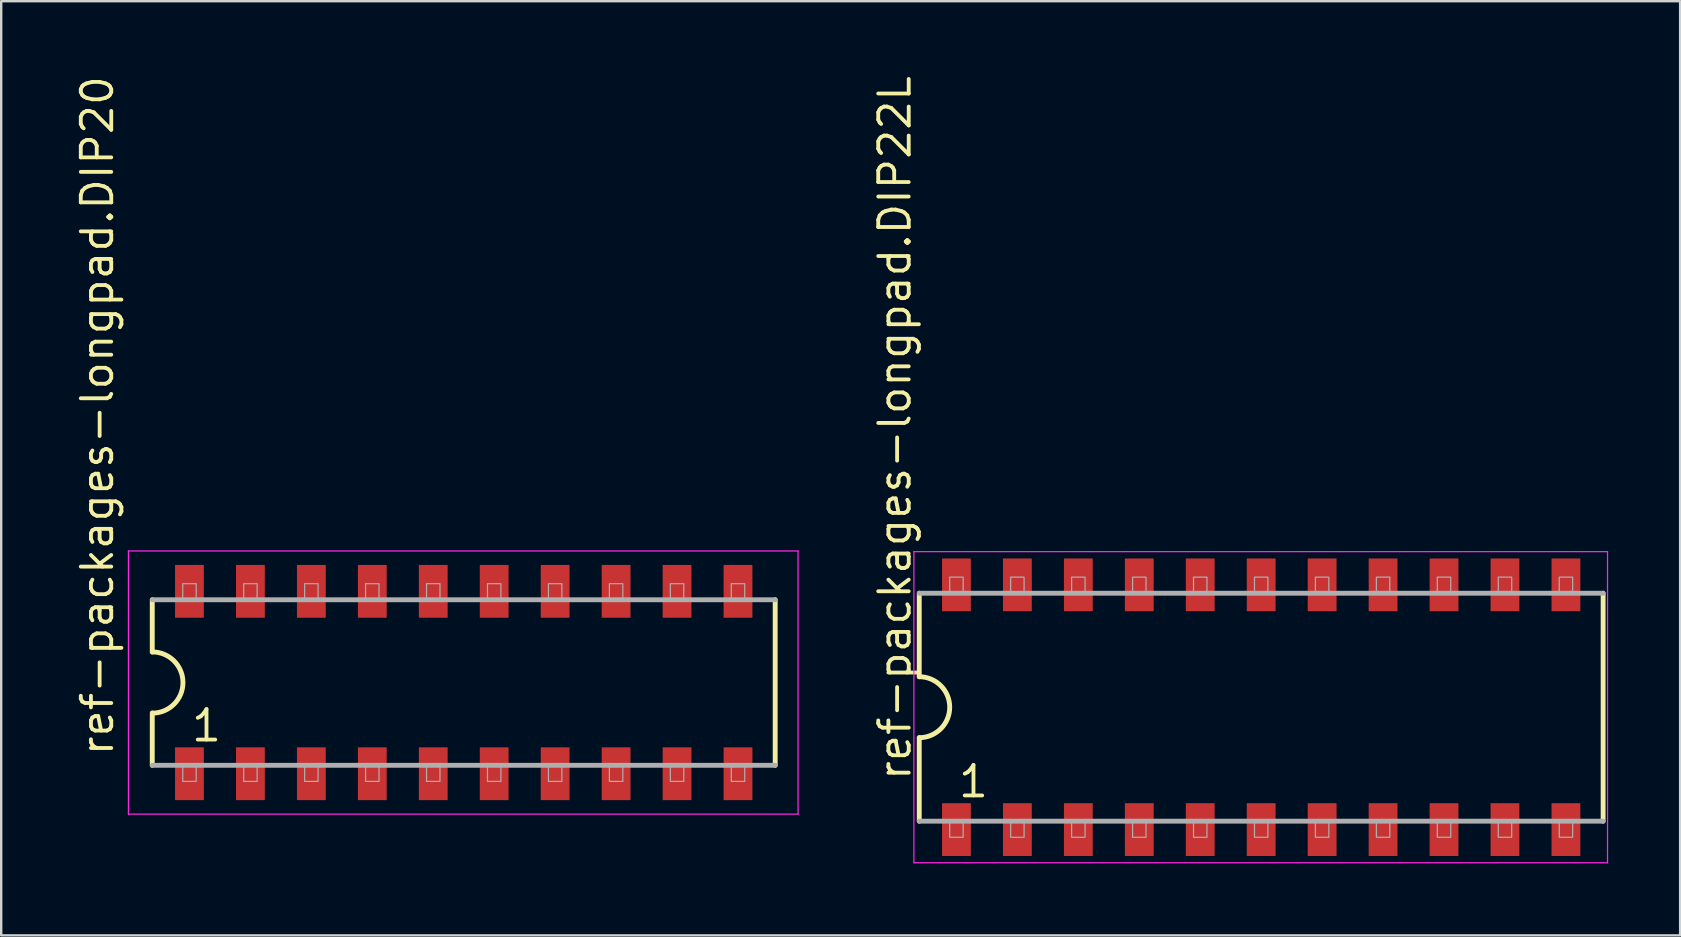
<source format=kicad_pcb>
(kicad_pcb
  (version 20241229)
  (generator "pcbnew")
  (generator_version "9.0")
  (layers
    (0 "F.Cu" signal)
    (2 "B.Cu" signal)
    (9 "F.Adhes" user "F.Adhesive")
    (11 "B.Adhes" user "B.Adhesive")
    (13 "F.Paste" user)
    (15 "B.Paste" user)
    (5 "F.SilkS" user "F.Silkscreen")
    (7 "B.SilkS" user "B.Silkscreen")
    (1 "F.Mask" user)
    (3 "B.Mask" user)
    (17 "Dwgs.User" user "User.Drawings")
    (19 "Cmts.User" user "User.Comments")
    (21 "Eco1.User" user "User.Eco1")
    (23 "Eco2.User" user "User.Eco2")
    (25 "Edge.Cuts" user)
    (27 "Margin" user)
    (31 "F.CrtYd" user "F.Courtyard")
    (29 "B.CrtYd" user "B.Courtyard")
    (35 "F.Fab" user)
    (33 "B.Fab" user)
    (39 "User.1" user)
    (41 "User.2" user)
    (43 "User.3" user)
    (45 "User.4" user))
  (footprint "ref-packages-longpad.DIP22L"
    (layer "F.Cu")
    (at 49.508 26.422)
    (property "Reference" "ref-packages-longpad.DIP22L" (at -14.525 3.135 90) (layer "F.SilkS") (effects (font (size 1.27 1.27) (thickness 0.16)) (justify left bottom)))
    (attr smd)
    (fp_line (start -14.25 -4.75) (end -14.25 -1.27) (stroke (width 0.203) (type default)) (layer "F.SilkS"))
    (fp_line (start -14.25 1.27) (end -14.25 4.75) (stroke (width 0.203) (type default)) (layer "F.SilkS"))
    (fp_line (start 14.25 4.75) (end 14.25 -4.75) (stroke (width 0.203) (type default)) (layer "F.SilkS"))
    (fp_arc (start -14.25 -1.27) (mid -12.98 0) (end -14.25 1.27) (stroke (width 0.2032) (type default)) (layer "F.SilkS"))
    (fp_line (start -14.473 -6.483) (end 14.433 -6.483) (stroke (width 0.051) (type default)) (layer "F.CrtYd"))
    (fp_line (start -14.473 6.483) (end -14.473 -6.483) (stroke (width 0.051) (type default)) (layer "F.CrtYd"))
    (fp_line (start 14.433 -6.483) (end 14.433 6.483) (stroke (width 0.051) (type default)) (layer "F.CrtYd"))
    (fp_line (start 14.433 6.483) (end -14.473 6.483) (stroke (width 0.051) (type default)) (layer "F.CrtYd"))
    (fp_line (start -14.25 4.75) (end 14.25 4.75) (stroke (width 0.203) (type default)) (layer "F.Fab"))
    (fp_line (start 14.25 -4.75) (end -14.25 -4.75) (stroke (width 0.203) (type default)) (layer "F.Fab"))
    (fp_rect (start -12.98 -4.75) (end -12.42 -5.42) (stroke (width 0.05) (type default)) (fill no) (layer "F.Fab"))
    (fp_rect (start -12.98 5.42) (end -12.42 4.75) (stroke (width 0.05) (type default)) (fill no) (layer "F.Fab"))
    (fp_rect (start -10.44 -4.75) (end -9.88 -5.42) (stroke (width 0.05) (type default)) (fill no) (layer "F.Fab"))
    (fp_rect (start -10.44 5.42) (end -9.88 4.75) (stroke (width 0.05) (type default)) (fill no) (layer "F.Fab"))
    (fp_rect (start -7.9 -4.75) (end -7.34 -5.42) (stroke (width 0.05) (type default)) (fill no) (layer "F.Fab"))
    (fp_rect (start -7.9 5.42) (end -7.34 4.75) (stroke (width 0.05) (type default)) (fill no) (layer "F.Fab"))
    (fp_rect (start -5.36 -4.75) (end -4.8 -5.42) (stroke (width 0.05) (type default)) (fill no) (layer "F.Fab"))
    (fp_rect (start -5.36 5.42) (end -4.8 4.75) (stroke (width 0.05) (type default)) (fill no) (layer "F.Fab"))
    (fp_rect (start -2.82 -4.75) (end -2.26 -5.42) (stroke (width 0.05) (type default)) (fill no) (layer "F.Fab"))
    (fp_rect (start -2.82 5.42) (end -2.26 4.75) (stroke (width 0.05) (type default)) (fill no) (layer "F.Fab"))
    (fp_rect (start -0.28 -4.75) (end 0.28 -5.42) (stroke (width 0.05) (type default)) (fill no) (layer "F.Fab"))
    (fp_rect (start -0.28 5.42) (end 0.28 4.75) (stroke (width 0.05) (type default)) (fill no) (layer "F.Fab"))
    (fp_rect (start 2.26 -4.75) (end 2.82 -5.42) (stroke (width 0.05) (type default)) (fill no) (layer "F.Fab"))
    (fp_rect (start 2.26 5.42) (end 2.82 4.75) (stroke (width 0.05) (type default)) (fill no) (layer "F.Fab"))
    (fp_rect (start 4.8 -4.75) (end 5.36 -5.42) (stroke (width 0.05) (type default)) (fill no) (layer "F.Fab"))
    (fp_rect (start 4.8 5.42) (end 5.36 4.75) (stroke (width 0.05) (type default)) (fill no) (layer "F.Fab"))
    (fp_rect (start 7.34 -4.75) (end 7.9 -5.42) (stroke (width 0.05) (type default)) (fill no) (layer "F.Fab"))
    (fp_rect (start 7.34 5.42) (end 7.9 4.75) (stroke (width 0.05) (type default)) (fill no) (layer "F.Fab"))
    (fp_rect (start 9.88 -4.75) (end 10.44 -5.42) (stroke (width 0.05) (type default)) (fill no) (layer "F.Fab"))
    (fp_rect (start 9.88 5.42) (end 10.44 4.75) (stroke (width 0.05) (type default)) (fill no) (layer "F.Fab"))
    (fp_rect (start 12.42 -4.75) (end 12.98 -5.42) (stroke (width 0.05) (type default)) (fill no) (layer "F.Fab"))
    (fp_rect (start 12.42 5.42) (end 12.98 4.75) (stroke (width 0.05) (type default)) (fill no) (layer "F.Fab"))
    (fp_text user "1" (at -12.7 3.84 0) (layer "F.SilkS") (effects (font (size 1.27 1.27) (thickness 0.16)) (justify left bottom)))
    (pad "1" smd roundrect (at -12.7 5.1) (size 1.2 2.2) (layers "F.Cu" "F.Mask" "F.Paste") (roundrect_rratio 0.01))
    (pad "2" smd roundrect (at -10.16 5.1) (size 1.2 2.2) (layers "F.Cu" "F.Mask" "F.Paste") (roundrect_rratio 0.01))
    (pad "3" smd roundrect (at -7.62 5.1) (size 1.2 2.2) (layers "F.Cu" "F.Mask" "F.Paste") (roundrect_rratio 0.01))
    (pad "4" smd roundrect (at -5.08 5.1) (size 1.2 2.2) (layers "F.Cu" "F.Mask" "F.Paste") (roundrect_rratio 0.01))
    (pad "5" smd roundrect (at -2.54 5.1) (size 1.2 2.2) (layers "F.Cu" "F.Mask" "F.Paste") (roundrect_rratio 0.01))
    (pad "6" smd roundrect (at 0 5.1) (size 1.2 2.2) (layers "F.Cu" "F.Mask" "F.Paste") (roundrect_rratio 0.01))
    (pad "7" smd roundrect (at 2.54 5.1) (size 1.2 2.2) (layers "F.Cu" "F.Mask" "F.Paste") (roundrect_rratio 0.01))
    (pad "8" smd roundrect (at 5.08 5.1) (size 1.2 2.2) (layers "F.Cu" "F.Mask" "F.Paste") (roundrect_rratio 0.01))
    (pad "9" smd roundrect (at 7.62 5.1) (size 1.2 2.2) (layers "F.Cu" "F.Mask" "F.Paste") (roundrect_rratio 0.01))
    (pad "10" smd roundrect (at 10.16 5.1) (size 1.2 2.2) (layers "F.Cu" "F.Mask" "F.Paste") (roundrect_rratio 0.01))
    (pad "11" smd roundrect (at 12.7 5.1) (size 1.2 2.2) (layers "F.Cu" "F.Mask" "F.Paste") (roundrect_rratio 0.01))
    (pad "12" smd roundrect (at 12.7 -5.1) (size 1.2 2.2) (layers "F.Cu" "F.Mask" "F.Paste") (roundrect_rratio 0.01))
    (pad "13" smd roundrect (at 10.16 -5.1) (size 1.2 2.2) (layers "F.Cu" "F.Mask" "F.Paste") (roundrect_rratio 0.01))
    (pad "14" smd roundrect (at 7.62 -5.1) (size 1.2 2.2) (layers "F.Cu" "F.Mask" "F.Paste") (roundrect_rratio 0.01))
    (pad "15" smd roundrect (at 5.08 -5.1) (size 1.2 2.2) (layers "F.Cu" "F.Mask" "F.Paste") (roundrect_rratio 0.01))
    (pad "16" smd roundrect (at 2.54 -5.1) (size 1.2 2.2) (layers "F.Cu" "F.Mask" "F.Paste") (roundrect_rratio 0.01))
    (pad "17" smd roundrect (at 0 -5.1) (size 1.2 2.2) (layers "F.Cu" "F.Mask" "F.Paste") (roundrect_rratio 0.01))
    (pad "18" smd roundrect (at -2.54 -5.1) (size 1.2 2.2) (layers "F.Cu" "F.Mask" "F.Paste") (roundrect_rratio 0.01))
    (pad "19" smd roundrect (at -5.08 -5.1) (size 1.2 2.2) (layers "F.Cu" "F.Mask" "F.Paste") (roundrect_rratio 0.01))
    (pad "20" smd roundrect (at -7.62 -5.1) (size 1.2 2.2) (layers "F.Cu" "F.Mask" "F.Paste") (roundrect_rratio 0.01))
    (pad "21" smd roundrect (at -10.16 -5.1) (size 1.2 2.2) (layers "F.Cu" "F.Mask" "F.Paste") (roundrect_rratio 0.01))
    (pad "22" smd roundrect (at -12.7 -5.1) (size 1.2 2.2) (layers "F.Cu" "F.Mask" "F.Paste") (roundrect_rratio 0.01)))
  (footprint "ref-packages-longpad.DIP20"
    (layer "F.Cu")
    (at 16.275 25.394)
    (property "Reference" "ref-packages-longpad.DIP20" (at -14.525 3.135 90) (layer "F.SilkS") (effects (font (size 1.27 1.27) (thickness 0.16)) (justify left bottom)))
    (attr smd)
    (fp_line (start -12.98 -3.45) (end -12.98 -1.27) (stroke (width 0.203) (type default)) (layer "F.SilkS"))
    (fp_line (start -12.98 1.27) (end -12.98 3.45) (stroke (width 0.203) (type default)) (layer "F.SilkS"))
    (fp_line (start 12.98 3.45) (end 12.98 -3.45) (stroke (width 0.203) (type default)) (layer "F.SilkS"))
    (fp_arc (start -12.975 -1.275) (mid -11.7 0) (end -12.975 1.275) (stroke (width 0.2032) (type default)) (layer "F.SilkS"))
    (fp_line (start -13.973 -5.483) (end 13.933 -5.483) (stroke (width 0.051) (type default)) (layer "F.CrtYd"))
    (fp_line (start -13.973 5.483) (end -13.973 -5.483) (stroke (width 0.051) (type default)) (layer "F.CrtYd"))
    (fp_line (start 13.933 -5.483) (end 13.933 5.483) (stroke (width 0.051) (type default)) (layer "F.CrtYd"))
    (fp_line (start 13.933 5.483) (end -13.973 5.483) (stroke (width 0.051) (type default)) (layer "F.CrtYd"))
    (fp_line (start -12.98 3.45) (end 12.98 3.45) (stroke (width 0.203) (type default)) (layer "F.Fab"))
    (fp_line (start 12.98 -3.45) (end -12.98 -3.45) (stroke (width 0.203) (type default)) (layer "F.Fab"))
    (fp_rect (start -11.71 -3.45) (end -11.15 -4.12) (stroke (width 0.05) (type default)) (fill no) (layer "F.Fab"))
    (fp_rect (start -11.71 4.12) (end -11.15 3.45) (stroke (width 0.05) (type default)) (fill no) (layer "F.Fab"))
    (fp_rect (start -9.17 -3.45) (end -8.61 -4.12) (stroke (width 0.05) (type default)) (fill no) (layer "F.Fab"))
    (fp_rect (start -9.17 4.12) (end -8.61 3.45) (stroke (width 0.05) (type default)) (fill no) (layer "F.Fab"))
    (fp_rect (start -6.63 -3.45) (end -6.07 -4.12) (stroke (width 0.05) (type default)) (fill no) (layer "F.Fab"))
    (fp_rect (start -6.63 4.12) (end -6.07 3.45) (stroke (width 0.05) (type default)) (fill no) (layer "F.Fab"))
    (fp_rect (start -4.09 -3.45) (end -3.53 -4.12) (stroke (width 0.05) (type default)) (fill no) (layer "F.Fab"))
    (fp_rect (start -4.09 4.12) (end -3.53 3.45) (stroke (width 0.05) (type default)) (fill no) (layer "F.Fab"))
    (fp_rect (start -1.55 -3.45) (end -0.99 -4.12) (stroke (width 0.05) (type default)) (fill no) (layer "F.Fab"))
    (fp_rect (start -1.55 4.12) (end -0.99 3.45) (stroke (width 0.05) (type default)) (fill no) (layer "F.Fab"))
    (fp_rect (start 0.99 -3.45) (end 1.55 -4.12) (stroke (width 0.05) (type default)) (fill no) (layer "F.Fab"))
    (fp_rect (start 0.99 4.12) (end 1.55 3.45) (stroke (width 0.05) (type default)) (fill no) (layer "F.Fab"))
    (fp_rect (start 3.53 -3.45) (end 4.09 -4.12) (stroke (width 0.05) (type default)) (fill no) (layer "F.Fab"))
    (fp_rect (start 3.53 4.12) (end 4.09 3.45) (stroke (width 0.05) (type default)) (fill no) (layer "F.Fab"))
    (fp_rect (start 6.07 -3.45) (end 6.63 -4.12) (stroke (width 0.05) (type default)) (fill no) (layer "F.Fab"))
    (fp_rect (start 6.07 4.12) (end 6.63 3.45) (stroke (width 0.05) (type default)) (fill no) (layer "F.Fab"))
    (fp_rect (start 8.61 -3.45) (end 9.17 -4.12) (stroke (width 0.05) (type default)) (fill no) (layer "F.Fab"))
    (fp_rect (start 8.61 4.12) (end 9.17 3.45) (stroke (width 0.05) (type default)) (fill no) (layer "F.Fab"))
    (fp_rect (start 11.15 -3.45) (end 11.71 -4.12) (stroke (width 0.05) (type default)) (fill no) (layer "F.Fab"))
    (fp_rect (start 11.15 4.12) (end 11.71 3.45) (stroke (width 0.05) (type default)) (fill no) (layer "F.Fab"))
    (fp_text user "1" (at -11.43 2.54 0) (layer "F.SilkS") (effects (font (size 1.27 1.27) (thickness 0.16)) (justify left bottom)))
    (pad "1" smd roundrect (at -11.43 3.8) (size 1.2 2.2) (layers "F.Cu" "F.Mask" "F.Paste") (roundrect_rratio 0.01))
    (pad "2" smd roundrect (at -8.89 3.8) (size 1.2 2.2) (layers "F.Cu" "F.Mask" "F.Paste") (roundrect_rratio 0.01))
    (pad "3" smd roundrect (at -6.35 3.8) (size 1.2 2.2) (layers "F.Cu" "F.Mask" "F.Paste") (roundrect_rratio 0.01))
    (pad "4" smd roundrect (at -3.81 3.8) (size 1.2 2.2) (layers "F.Cu" "F.Mask" "F.Paste") (roundrect_rratio 0.01))
    (pad "5" smd roundrect (at -1.27 3.8) (size 1.2 2.2) (layers "F.Cu" "F.Mask" "F.Paste") (roundrect_rratio 0.01))
    (pad "6" smd roundrect (at 1.27 3.8) (size 1.2 2.2) (layers "F.Cu" "F.Mask" "F.Paste") (roundrect_rratio 0.01))
    (pad "7" smd roundrect (at 3.81 3.8) (size 1.2 2.2) (layers "F.Cu" "F.Mask" "F.Paste") (roundrect_rratio 0.01))
    (pad "8" smd roundrect (at 6.35 3.8) (size 1.2 2.2) (layers "F.Cu" "F.Mask" "F.Paste") (roundrect_rratio 0.01))
    (pad "9" smd roundrect (at 8.89 3.8) (size 1.2 2.2) (layers "F.Cu" "F.Mask" "F.Paste") (roundrect_rratio 0.01))
    (pad "10" smd roundrect (at 11.43 3.8) (size 1.2 2.2) (layers "F.Cu" "F.Mask" "F.Paste") (roundrect_rratio 0.01))
    (pad "11" smd roundrect (at 11.43 -3.8) (size 1.2 2.2) (layers "F.Cu" "F.Mask" "F.Paste") (roundrect_rratio 0.01))
    (pad "12" smd roundrect (at 8.89 -3.8) (size 1.2 2.2) (layers "F.Cu" "F.Mask" "F.Paste") (roundrect_rratio 0.01))
    (pad "13" smd roundrect (at 6.35 -3.8) (size 1.2 2.2) (layers "F.Cu" "F.Mask" "F.Paste") (roundrect_rratio 0.01))
    (pad "14" smd roundrect (at 3.81 -3.8) (size 1.2 2.2) (layers "F.Cu" "F.Mask" "F.Paste") (roundrect_rratio 0.01))
    (pad "15" smd roundrect (at 1.27 -3.8) (size 1.2 2.2) (layers "F.Cu" "F.Mask" "F.Paste") (roundrect_rratio 0.01))
    (pad "16" smd roundrect (at -1.27 -3.8) (size 1.2 2.2) (layers "F.Cu" "F.Mask" "F.Paste") (roundrect_rratio 0.01))
    (pad "17" smd roundrect (at -3.81 -3.8) (size 1.2 2.2) (layers "F.Cu" "F.Mask" "F.Paste") (roundrect_rratio 0.01))
    (pad "18" smd roundrect (at -6.35 -3.8) (size 1.2 2.2) (layers "F.Cu" "F.Mask" "F.Paste") (roundrect_rratio 0.01))
    (pad "19" smd roundrect (at -8.89 -3.8) (size 1.2 2.2) (layers "F.Cu" "F.Mask" "F.Paste") (roundrect_rratio 0.01))
    (pad "20" smd roundrect (at -11.43 -3.8) (size 1.2 2.2) (layers "F.Cu" "F.Mask" "F.Paste") (roundrect_rratio 0.01)))
  (gr_rect
    (start -3 -3)
    (end 66.967 35.93)
    (stroke (width 0.1) (type default))
    (fill no)
    (layer "Edge.Cuts")))
</source>
